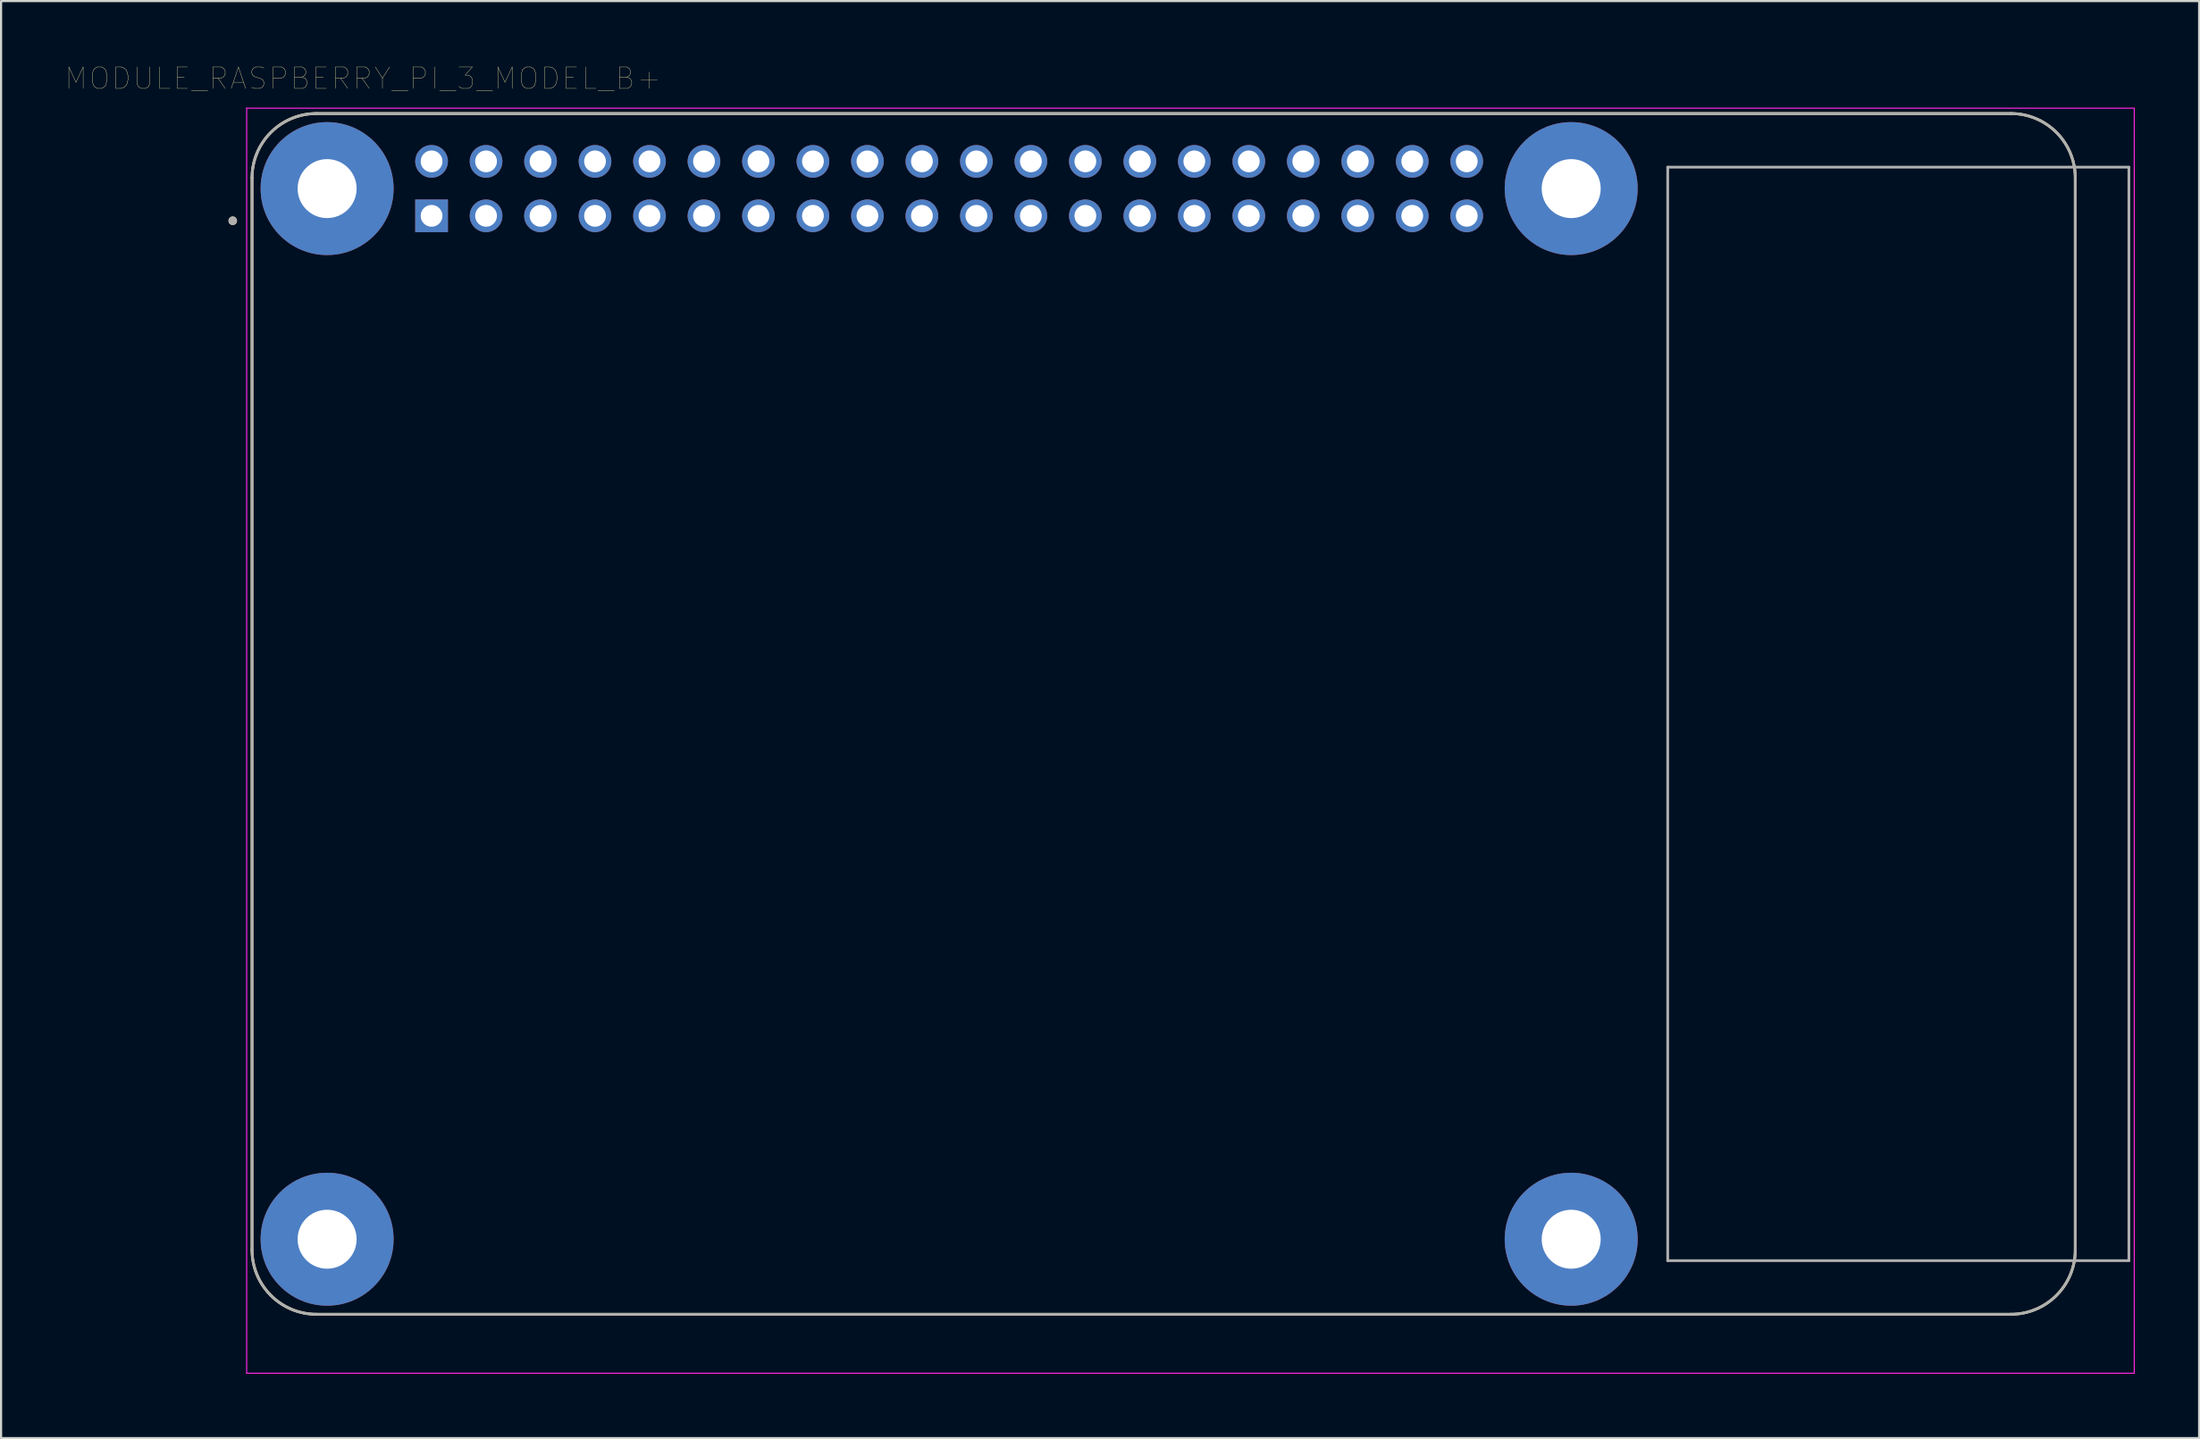
<source format=kicad_pcb>
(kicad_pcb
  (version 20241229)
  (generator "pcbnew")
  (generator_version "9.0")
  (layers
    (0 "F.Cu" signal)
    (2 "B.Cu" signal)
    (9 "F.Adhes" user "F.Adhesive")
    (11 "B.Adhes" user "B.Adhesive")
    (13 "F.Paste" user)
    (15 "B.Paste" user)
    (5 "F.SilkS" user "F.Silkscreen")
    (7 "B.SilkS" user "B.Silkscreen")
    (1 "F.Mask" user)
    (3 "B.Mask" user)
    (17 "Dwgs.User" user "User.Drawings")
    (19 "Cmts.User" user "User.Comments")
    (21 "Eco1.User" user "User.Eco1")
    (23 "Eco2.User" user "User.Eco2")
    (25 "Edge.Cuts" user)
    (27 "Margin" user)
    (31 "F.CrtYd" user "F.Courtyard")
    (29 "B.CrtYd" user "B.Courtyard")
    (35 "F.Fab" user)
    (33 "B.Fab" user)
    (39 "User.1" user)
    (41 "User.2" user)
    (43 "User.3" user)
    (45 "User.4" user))
  (footprint "MODULE_RASPBERRY_PI_3_MODEL_B+"
    (layer "F.Cu")
    (at 51.2 30.246)
    (property "Reference" "MODULE_RASPBERRY_PI_3_MODEL_B+" (at -37.325 -29.635 0) (layer "F.SilkS") (effects (font (size 1 1) (thickness 0.015))))
    (attr through_hole)
    (fp_line (start -42.5 -25) (end -42.5 25) (stroke (width 0.127) (type solid)) (layer "F.SilkS"))
    (fp_line (start -39.5 28) (end 39.5 28) (stroke (width 0.127) (type solid)) (layer "F.SilkS"))
    (fp_line (start 39.5 -28) (end -39.5 -28) (stroke (width 0.127) (type solid)) (layer "F.SilkS"))
    (fp_line (start 42.5 25) (end 42.5 -25) (stroke (width 0.127) (type solid)) (layer "F.SilkS"))
    (fp_arc (start -42.5 -25) (mid -41.62132 -27.12132) (end -39.5 -28) (stroke (width 0.127) (type solid)) (layer "F.SilkS"))
    (fp_arc (start -39.5 28) (mid -41.62132 27.12132) (end -42.5 25) (stroke (width 0.127) (type solid)) (layer "F.SilkS"))
    (fp_arc (start 39.5 -28) (mid 41.62132 -27.12132) (end 42.5 -25) (stroke (width 0.127) (type solid)) (layer "F.SilkS"))
    (fp_arc (start 42.5 25) (mid 41.62132 27.12132) (end 39.5 28) (stroke (width 0.127) (type solid)) (layer "F.SilkS"))
    (fp_circle (center -43.4 -23) (end -43.3 -23) (stroke (width 0.2) (type solid)) (fill no) (layer "F.SilkS"))
    (fp_line (start -42.75 -28.25) (end 45.25 -28.25) (stroke (width 0.05) (type solid)) (layer "F.CrtYd"))
    (fp_line (start -42.75 30.75) (end -42.75 -28.25) (stroke (width 0.05) (type solid)) (layer "F.CrtYd"))
    (fp_line (start 45.25 -28.25) (end 45.25 30.75) (stroke (width 0.05) (type solid)) (layer "F.CrtYd"))
    (fp_line (start 45.25 30.75) (end -42.75 30.75) (stroke (width 0.05) (type solid)) (layer "F.CrtYd"))
    (fp_line (start -42.5 -25) (end -42.5 25) (stroke (width 0.127) (type solid)) (layer "F.Fab"))
    (fp_line (start -39.5 28) (end 39.5 28) (stroke (width 0.127) (type solid)) (layer "F.Fab"))
    (fp_line (start 23.5 -25.5) (end 23.5 25.5) (stroke (width 0.127) (type solid)) (layer "F.Fab"))
    (fp_line (start 23.5 25.5) (end 45 25.5) (stroke (width 0.127) (type solid)) (layer "F.Fab"))
    (fp_line (start 39.5 -28) (end -39.5 -28) (stroke (width 0.127) (type solid)) (layer "F.Fab"))
    (fp_line (start 42.5 25) (end 42.5 -25) (stroke (width 0.127) (type solid)) (layer "F.Fab"))
    (fp_line (start 45 -25.5) (end 23.5 -25.5) (stroke (width 0.127) (type solid)) (layer "F.Fab"))
    (fp_line (start 45 25.5) (end 45 -25.5) (stroke (width 0.127) (type solid)) (layer "F.Fab"))
    (fp_arc (start -42.5 -25) (mid -41.62132 -27.12132) (end -39.5 -28) (stroke (width 0.127) (type solid)) (layer "F.Fab"))
    (fp_arc (start -39.5 28) (mid -41.62132 27.12132) (end -42.5 25) (stroke (width 0.127) (type solid)) (layer "F.Fab"))
    (fp_arc (start 39.5 -28) (mid 41.62132 -27.12132) (end 42.5 -25) (stroke (width 0.127) (type solid)) (layer "F.Fab"))
    (fp_arc (start 42.5 25) (mid 41.62132 27.12132) (end 39.5 28) (stroke (width 0.127) (type solid)) (layer "F.Fab"))
    (fp_circle (center -43.4 -23) (end -43.3 -23) (stroke (width 0.2) (type solid)) (fill no) (layer "F.Fab"))
    (pad "1" thru_hole rect (at -34.13 -23.23) (size 1.524 1.524) (drill 1.016) (layers "*.Cu" "*.Mask"))
    (pad "2" thru_hole circle (at -34.13 -25.77) (size 1.524 1.524) (drill 1.016) (layers "*.Cu" "*.Mask"))
    (pad "3" thru_hole circle (at -31.59 -23.23) (size 1.524 1.524) (drill 1.016) (layers "*.Cu" "*.Mask"))
    (pad "4" thru_hole circle (at -31.59 -25.77) (size 1.524 1.524) (drill 1.016) (layers "*.Cu" "*.Mask"))
    (pad "5" thru_hole circle (at -29.05 -23.23) (size 1.524 1.524) (drill 1.016) (layers "*.Cu" "*.Mask"))
    (pad "6" thru_hole circle (at -29.05 -25.77) (size 1.524 1.524) (drill 1.016) (layers "*.Cu" "*.Mask"))
    (pad "7" thru_hole circle (at -26.51 -23.23) (size 1.524 1.524) (drill 1.016) (layers "*.Cu" "*.Mask"))
    (pad "8" thru_hole circle (at -26.51 -25.77) (size 1.524 1.524) (drill 1.016) (layers "*.Cu" "*.Mask"))
    (pad "9" thru_hole circle (at -23.97 -23.23) (size 1.524 1.524) (drill 1.016) (layers "*.Cu" "*.Mask"))
    (pad "10" thru_hole circle (at -23.97 -25.77) (size 1.524 1.524) (drill 1.016) (layers "*.Cu" "*.Mask"))
    (pad "11" thru_hole circle (at -21.43 -23.23) (size 1.524 1.524) (drill 1.016) (layers "*.Cu" "*.Mask"))
    (pad "12" thru_hole circle (at -21.43 -25.77) (size 1.524 1.524) (drill 1.016) (layers "*.Cu" "*.Mask"))
    (pad "13" thru_hole circle (at -18.89 -23.23) (size 1.524 1.524) (drill 1.016) (layers "*.Cu" "*.Mask"))
    (pad "14" thru_hole circle (at -18.89 -25.77) (size 1.524 1.524) (drill 1.016) (layers "*.Cu" "*.Mask"))
    (pad "15" thru_hole circle (at -16.35 -23.23) (size 1.524 1.524) (drill 1.016) (layers "*.Cu" "*.Mask"))
    (pad "16" thru_hole circle (at -16.35 -25.77) (size 1.524 1.524) (drill 1.016) (layers "*.Cu" "*.Mask"))
    (pad "17" thru_hole circle (at -13.81 -23.23) (size 1.524 1.524) (drill 1.016) (layers "*.Cu" "*.Mask"))
    (pad "18" thru_hole circle (at -13.81 -25.77) (size 1.524 1.524) (drill 1.016) (layers "*.Cu" "*.Mask"))
    (pad "19" thru_hole circle (at -11.27 -23.23) (size 1.524 1.524) (drill 1.016) (layers "*.Cu" "*.Mask"))
    (pad "20" thru_hole circle (at -11.27 -25.77) (size 1.524 1.524) (drill 1.016) (layers "*.Cu" "*.Mask"))
    (pad "21" thru_hole circle (at -8.73 -23.23) (size 1.524 1.524) (drill 1.016) (layers "*.Cu" "*.Mask"))
    (pad "22" thru_hole circle (at -8.73 -25.77) (size 1.524 1.524) (drill 1.016) (layers "*.Cu" "*.Mask"))
    (pad "23" thru_hole circle (at -6.19 -23.23) (size 1.524 1.524) (drill 1.016) (layers "*.Cu" "*.Mask"))
    (pad "24" thru_hole circle (at -6.19 -25.77) (size 1.524 1.524) (drill 1.016) (layers "*.Cu" "*.Mask"))
    (pad "25" thru_hole circle (at -3.65 -23.23) (size 1.524 1.524) (drill 1.016) (layers "*.Cu" "*.Mask"))
    (pad "26" thru_hole circle (at -3.65 -25.77) (size 1.524 1.524) (drill 1.016) (layers "*.Cu" "*.Mask"))
    (pad "27" thru_hole circle (at -1.11 -23.23) (size 1.524 1.524) (drill 1.016) (layers "*.Cu" "*.Mask"))
    (pad "28" thru_hole circle (at -1.11 -25.77) (size 1.524 1.524) (drill 1.016) (layers "*.Cu" "*.Mask"))
    (pad "29" thru_hole circle (at 1.43 -23.23) (size 1.524 1.524) (drill 1.016) (layers "*.Cu" "*.Mask"))
    (pad "30" thru_hole circle (at 1.43 -25.77) (size 1.524 1.524) (drill 1.016) (layers "*.Cu" "*.Mask"))
    (pad "31" thru_hole circle (at 3.97 -23.23) (size 1.524 1.524) (drill 1.016) (layers "*.Cu" "*.Mask"))
    (pad "32" thru_hole circle (at 3.97 -25.77) (size 1.524 1.524) (drill 1.016) (layers "*.Cu" "*.Mask"))
    (pad "33" thru_hole circle (at 6.51 -23.23) (size 1.524 1.524) (drill 1.016) (layers "*.Cu" "*.Mask"))
    (pad "34" thru_hole circle (at 6.51 -25.77) (size 1.524 1.524) (drill 1.016) (layers "*.Cu" "*.Mask"))
    (pad "35" thru_hole circle (at 9.05 -23.23) (size 1.524 1.524) (drill 1.016) (layers "*.Cu" "*.Mask"))
    (pad "36" thru_hole circle (at 9.05 -25.77) (size 1.524 1.524) (drill 1.016) (layers "*.Cu" "*.Mask"))
    (pad "37" thru_hole circle (at 11.59 -23.23) (size 1.524 1.524) (drill 1.016) (layers "*.Cu" "*.Mask"))
    (pad "38" thru_hole circle (at 11.59 -25.77) (size 1.524 1.524) (drill 1.016) (layers "*.Cu" "*.Mask"))
    (pad "39" thru_hole circle (at 14.13 -23.23) (size 1.524 1.524) (drill 1.016) (layers "*.Cu" "*.Mask"))
    (pad "40" thru_hole circle (at 14.13 -25.77) (size 1.524 1.524) (drill 1.016) (layers "*.Cu" "*.Mask"))
    (pad "S1" thru_hole circle (at -39 -24.5) (size 6.2 6.2) (drill 2.75) (layers "*.Cu" "*.Mask"))
    (pad "S2" thru_hole circle (at 19 -24.5) (size 6.2 6.2) (drill 2.75) (layers "*.Cu" "*.Mask"))
    (pad "S3" thru_hole circle (at 19 24.5) (size 6.2 6.2) (drill 2.75) (layers "*.Cu" "*.Mask"))
    (pad "S4" thru_hole circle (at -39 24.5) (size 6.2 6.2) (drill 2.75) (layers "*.Cu" "*.Mask")))
  (gr_rect
    (start -3 -3)
    (end 99.475 64.021)
    (stroke (width 0.1) (type default))
    (fill no)
    (layer "Edge.Cuts")))
</source>
